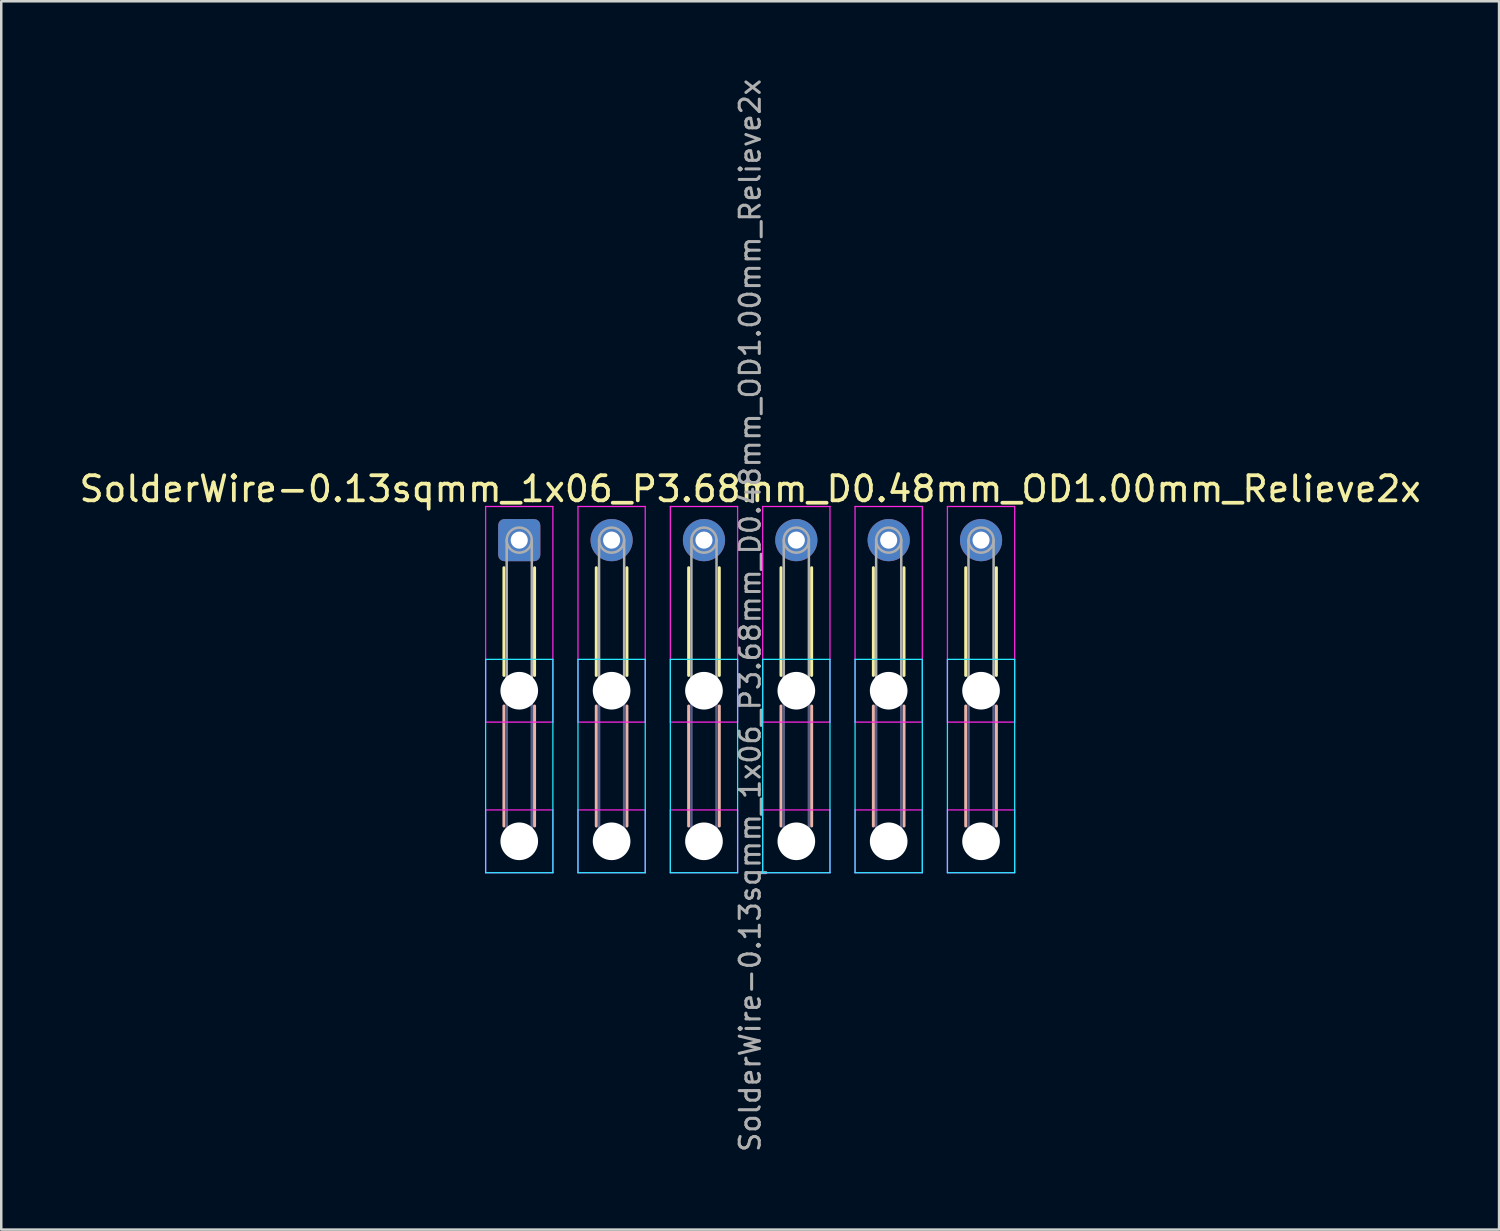
<source format=kicad_pcb>
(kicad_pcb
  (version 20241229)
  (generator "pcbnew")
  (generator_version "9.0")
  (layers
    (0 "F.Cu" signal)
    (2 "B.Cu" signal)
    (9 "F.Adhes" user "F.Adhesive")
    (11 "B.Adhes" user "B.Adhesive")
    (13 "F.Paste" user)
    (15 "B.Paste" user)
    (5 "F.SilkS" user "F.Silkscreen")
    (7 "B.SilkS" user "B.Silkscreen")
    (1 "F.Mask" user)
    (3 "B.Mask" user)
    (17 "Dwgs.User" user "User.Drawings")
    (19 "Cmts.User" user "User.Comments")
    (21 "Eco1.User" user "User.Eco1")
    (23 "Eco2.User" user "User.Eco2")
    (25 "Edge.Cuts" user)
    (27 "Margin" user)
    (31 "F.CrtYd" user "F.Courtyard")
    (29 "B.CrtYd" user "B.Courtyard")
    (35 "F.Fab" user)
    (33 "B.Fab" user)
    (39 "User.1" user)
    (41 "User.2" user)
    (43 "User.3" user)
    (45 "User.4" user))
  (footprint "SolderWire-0.13sqmm_1x06_P3.68mm_D0.48mm_OD1.00mm_Relieve2x"
    (layer "F.Cu")
    (at 17.639 18.471)
    (property "Reference" "SolderWire-0.13sqmm_1x06_P3.68mm_D0.48mm_OD1.00mm_Relieve2x" (at 9.2 -2.04 0) (layer "F.SilkS") (effects (font (size 1 1) (thickness 0.15))))
    (attr exclude_from_pos_files exclude_from_bom)
    (fp_line (start -0.61 1.1) (end -0.61 5.39) (stroke (width 0.12) (type solid)) (layer "F.SilkS"))
    (fp_line (start 0.61 1.1) (end 0.61 5.39) (stroke (width 0.12) (type solid)) (layer "F.SilkS"))
    (fp_line (start 3.07 1.1) (end 3.07 5.39) (stroke (width 0.12) (type solid)) (layer "F.SilkS"))
    (fp_line (start 4.29 1.1) (end 4.29 5.39) (stroke (width 0.12) (type solid)) (layer "F.SilkS"))
    (fp_line (start 6.75 1.1) (end 6.75 5.39) (stroke (width 0.12) (type solid)) (layer "F.SilkS"))
    (fp_line (start 7.97 1.1) (end 7.97 5.39) (stroke (width 0.12) (type solid)) (layer "F.SilkS"))
    (fp_line (start 10.43 1.1) (end 10.43 5.39) (stroke (width 0.12) (type solid)) (layer "F.SilkS"))
    (fp_line (start 11.65 1.1) (end 11.65 5.39) (stroke (width 0.12) (type solid)) (layer "F.SilkS"))
    (fp_line (start 14.11 1.1) (end 14.11 5.39) (stroke (width 0.12) (type solid)) (layer "F.SilkS"))
    (fp_line (start 15.33 1.1) (end 15.33 5.39) (stroke (width 0.12) (type solid)) (layer "F.SilkS"))
    (fp_line (start 17.79 1.1) (end 17.79 5.39) (stroke (width 0.12) (type solid)) (layer "F.SilkS"))
    (fp_line (start 19.01 1.1) (end 19.01 5.39) (stroke (width 0.12) (type solid)) (layer "F.SilkS"))
    (fp_line (start -0.61 6.61) (end -0.61 11.39) (stroke (width 0.12) (type solid)) (layer "B.SilkS"))
    (fp_line (start 0.61 6.61) (end 0.61 11.39) (stroke (width 0.12) (type solid)) (layer "B.SilkS"))
    (fp_line (start 3.07 6.61) (end 3.07 11.39) (stroke (width 0.12) (type solid)) (layer "B.SilkS"))
    (fp_line (start 4.29 6.61) (end 4.29 11.39) (stroke (width 0.12) (type solid)) (layer "B.SilkS"))
    (fp_line (start 6.75 6.61) (end 6.75 11.39) (stroke (width 0.12) (type solid)) (layer "B.SilkS"))
    (fp_line (start 7.97 6.61) (end 7.97 11.39) (stroke (width 0.12) (type solid)) (layer "B.SilkS"))
    (fp_line (start 10.43 6.61) (end 10.43 11.39) (stroke (width 0.12) (type solid)) (layer "B.SilkS"))
    (fp_line (start 11.65 6.61) (end 11.65 11.39) (stroke (width 0.12) (type solid)) (layer "B.SilkS"))
    (fp_line (start 14.11 6.61) (end 14.11 11.39) (stroke (width 0.12) (type solid)) (layer "B.SilkS"))
    (fp_line (start 15.33 6.61) (end 15.33 11.39) (stroke (width 0.12) (type solid)) (layer "B.SilkS"))
    (fp_line (start 17.79 6.61) (end 17.79 11.39) (stroke (width 0.12) (type solid)) (layer "B.SilkS"))
    (fp_line (start 19.01 6.61) (end 19.01 11.39) (stroke (width 0.12) (type solid)) (layer "B.SilkS"))
    (fp_line (start -1.34 4.75) (end -1.34 13.25) (stroke (width 0.05) (type solid)) (layer "B.CrtYd"))
    (fp_line (start -1.34 13.25) (end 1.34 13.25) (stroke (width 0.05) (type solid)) (layer "B.CrtYd"))
    (fp_line (start 1.34 4.75) (end -1.34 4.75) (stroke (width 0.05) (type solid)) (layer "B.CrtYd"))
    (fp_line (start 1.34 13.25) (end 1.34 4.75) (stroke (width 0.05) (type solid)) (layer "B.CrtYd"))
    (fp_line (start 2.34 4.75) (end 2.34 13.25) (stroke (width 0.05) (type solid)) (layer "B.CrtYd"))
    (fp_line (start 2.34 13.25) (end 5.02 13.25) (stroke (width 0.05) (type solid)) (layer "B.CrtYd"))
    (fp_line (start 5.02 4.75) (end 2.34 4.75) (stroke (width 0.05) (type solid)) (layer "B.CrtYd"))
    (fp_line (start 5.02 13.25) (end 5.02 4.75) (stroke (width 0.05) (type solid)) (layer "B.CrtYd"))
    (fp_line (start 6.02 4.75) (end 6.02 13.25) (stroke (width 0.05) (type solid)) (layer "B.CrtYd"))
    (fp_line (start 6.02 13.25) (end 8.7 13.25) (stroke (width 0.05) (type solid)) (layer "B.CrtYd"))
    (fp_line (start 8.7 4.75) (end 6.02 4.75) (stroke (width 0.05) (type solid)) (layer "B.CrtYd"))
    (fp_line (start 8.7 13.25) (end 8.7 4.75) (stroke (width 0.05) (type solid)) (layer "B.CrtYd"))
    (fp_line (start 9.7 4.75) (end 9.7 13.25) (stroke (width 0.05) (type solid)) (layer "B.CrtYd"))
    (fp_line (start 9.7 13.25) (end 12.38 13.25) (stroke (width 0.05) (type solid)) (layer "B.CrtYd"))
    (fp_line (start 12.38 4.75) (end 9.7 4.75) (stroke (width 0.05) (type solid)) (layer "B.CrtYd"))
    (fp_line (start 12.38 13.25) (end 12.38 4.75) (stroke (width 0.05) (type solid)) (layer "B.CrtYd"))
    (fp_line (start 13.38 4.75) (end 13.38 13.25) (stroke (width 0.05) (type solid)) (layer "B.CrtYd"))
    (fp_line (start 13.38 13.25) (end 16.06 13.25) (stroke (width 0.05) (type solid)) (layer "B.CrtYd"))
    (fp_line (start 16.06 4.75) (end 13.38 4.75) (stroke (width 0.05) (type solid)) (layer "B.CrtYd"))
    (fp_line (start 16.06 13.25) (end 16.06 4.75) (stroke (width 0.05) (type solid)) (layer "B.CrtYd"))
    (fp_line (start 17.06 4.75) (end 17.06 13.25) (stroke (width 0.05) (type solid)) (layer "B.CrtYd"))
    (fp_line (start 17.06 13.25) (end 19.74 13.25) (stroke (width 0.05) (type solid)) (layer "B.CrtYd"))
    (fp_line (start 19.74 4.75) (end 17.06 4.75) (stroke (width 0.05) (type solid)) (layer "B.CrtYd"))
    (fp_line (start 19.74 13.25) (end 19.74 4.75) (stroke (width 0.05) (type solid)) (layer "B.CrtYd"))
    (fp_line (start -1.34 -1.34) (end -1.34 7.25) (stroke (width 0.05) (type solid)) (layer "F.CrtYd"))
    (fp_line (start -1.34 7.25) (end 1.34 7.25) (stroke (width 0.05) (type solid)) (layer "F.CrtYd"))
    (fp_line (start -1.34 10.75) (end -1.34 13.25) (stroke (width 0.05) (type solid)) (layer "F.CrtYd"))
    (fp_line (start -1.34 13.25) (end 1.34 13.25) (stroke (width 0.05) (type solid)) (layer "F.CrtYd"))
    (fp_line (start 1.34 -1.34) (end -1.34 -1.34) (stroke (width 0.05) (type solid)) (layer "F.CrtYd"))
    (fp_line (start 1.34 7.25) (end 1.34 -1.34) (stroke (width 0.05) (type solid)) (layer "F.CrtYd"))
    (fp_line (start 1.34 10.75) (end -1.34 10.75) (stroke (width 0.05) (type solid)) (layer "F.CrtYd"))
    (fp_line (start 1.34 13.25) (end 1.34 10.75) (stroke (width 0.05) (type solid)) (layer "F.CrtYd"))
    (fp_line (start 2.34 -1.34) (end 2.34 7.25) (stroke (width 0.05) (type solid)) (layer "F.CrtYd"))
    (fp_line (start 2.34 7.25) (end 5.02 7.25) (stroke (width 0.05) (type solid)) (layer "F.CrtYd"))
    (fp_line (start 2.34 10.75) (end 2.34 13.25) (stroke (width 0.05) (type solid)) (layer "F.CrtYd"))
    (fp_line (start 2.34 13.25) (end 5.02 13.25) (stroke (width 0.05) (type solid)) (layer "F.CrtYd"))
    (fp_line (start 5.02 -1.34) (end 2.34 -1.34) (stroke (width 0.05) (type solid)) (layer "F.CrtYd"))
    (fp_line (start 5.02 7.25) (end 5.02 -1.34) (stroke (width 0.05) (type solid)) (layer "F.CrtYd"))
    (fp_line (start 5.02 10.75) (end 2.34 10.75) (stroke (width 0.05) (type solid)) (layer "F.CrtYd"))
    (fp_line (start 5.02 13.25) (end 5.02 10.75) (stroke (width 0.05) (type solid)) (layer "F.CrtYd"))
    (fp_line (start 6.02 -1.34) (end 6.02 7.25) (stroke (width 0.05) (type solid)) (layer "F.CrtYd"))
    (fp_line (start 6.02 7.25) (end 8.7 7.25) (stroke (width 0.05) (type solid)) (layer "F.CrtYd"))
    (fp_line (start 6.02 10.75) (end 6.02 13.25) (stroke (width 0.05) (type solid)) (layer "F.CrtYd"))
    (fp_line (start 6.02 13.25) (end 8.7 13.25) (stroke (width 0.05) (type solid)) (layer "F.CrtYd"))
    (fp_line (start 8.7 -1.34) (end 6.02 -1.34) (stroke (width 0.05) (type solid)) (layer "F.CrtYd"))
    (fp_line (start 8.7 7.25) (end 8.7 -1.34) (stroke (width 0.05) (type solid)) (layer "F.CrtYd"))
    (fp_line (start 8.7 10.75) (end 6.02 10.75) (stroke (width 0.05) (type solid)) (layer "F.CrtYd"))
    (fp_line (start 8.7 13.25) (end 8.7 10.75) (stroke (width 0.05) (type solid)) (layer "F.CrtYd"))
    (fp_line (start 9.7 -1.34) (end 9.7 7.25) (stroke (width 0.05) (type solid)) (layer "F.CrtYd"))
    (fp_line (start 9.7 7.25) (end 12.38 7.25) (stroke (width 0.05) (type solid)) (layer "F.CrtYd"))
    (fp_line (start 9.7 10.75) (end 9.7 13.25) (stroke (width 0.05) (type solid)) (layer "F.CrtYd"))
    (fp_line (start 9.7 13.25) (end 12.38 13.25) (stroke (width 0.05) (type solid)) (layer "F.CrtYd"))
    (fp_line (start 12.38 -1.34) (end 9.7 -1.34) (stroke (width 0.05) (type solid)) (layer "F.CrtYd"))
    (fp_line (start 12.38 7.25) (end 12.38 -1.34) (stroke (width 0.05) (type solid)) (layer "F.CrtYd"))
    (fp_line (start 12.38 10.75) (end 9.7 10.75) (stroke (width 0.05) (type solid)) (layer "F.CrtYd"))
    (fp_line (start 12.38 13.25) (end 12.38 10.75) (stroke (width 0.05) (type solid)) (layer "F.CrtYd"))
    (fp_line (start 13.38 -1.34) (end 13.38 7.25) (stroke (width 0.05) (type solid)) (layer "F.CrtYd"))
    (fp_line (start 13.38 7.25) (end 16.06 7.25) (stroke (width 0.05) (type solid)) (layer "F.CrtYd"))
    (fp_line (start 13.38 10.75) (end 13.38 13.25) (stroke (width 0.05) (type solid)) (layer "F.CrtYd"))
    (fp_line (start 13.38 13.25) (end 16.06 13.25) (stroke (width 0.05) (type solid)) (layer "F.CrtYd"))
    (fp_line (start 16.06 -1.34) (end 13.38 -1.34) (stroke (width 0.05) (type solid)) (layer "F.CrtYd"))
    (fp_line (start 16.06 7.25) (end 16.06 -1.34) (stroke (width 0.05) (type solid)) (layer "F.CrtYd"))
    (fp_line (start 16.06 10.75) (end 13.38 10.75) (stroke (width 0.05) (type solid)) (layer "F.CrtYd"))
    (fp_line (start 16.06 13.25) (end 16.06 10.75) (stroke (width 0.05) (type solid)) (layer "F.CrtYd"))
    (fp_line (start 17.06 -1.34) (end 17.06 7.25) (stroke (width 0.05) (type solid)) (layer "F.CrtYd"))
    (fp_line (start 17.06 7.25) (end 19.74 7.25) (stroke (width 0.05) (type solid)) (layer "F.CrtYd"))
    (fp_line (start 17.06 10.75) (end 17.06 13.25) (stroke (width 0.05) (type solid)) (layer "F.CrtYd"))
    (fp_line (start 17.06 13.25) (end 19.74 13.25) (stroke (width 0.05) (type solid)) (layer "F.CrtYd"))
    (fp_line (start 19.74 -1.34) (end 17.06 -1.34) (stroke (width 0.05) (type solid)) (layer "F.CrtYd"))
    (fp_line (start 19.74 7.25) (end 19.74 -1.34) (stroke (width 0.05) (type solid)) (layer "F.CrtYd"))
    (fp_line (start 19.74 10.75) (end 17.06 10.75) (stroke (width 0.05) (type solid)) (layer "F.CrtYd"))
    (fp_line (start 19.74 13.25) (end 19.74 10.75) (stroke (width 0.05) (type solid)) (layer "F.CrtYd"))
    (fp_line (start -0.5 6) (end -0.5 12) (stroke (width 0.1) (type solid)) (layer "B.Fab"))
    (fp_line (start 0.5 6) (end 0.5 12) (stroke (width 0.1) (type solid)) (layer "B.Fab"))
    (fp_line (start 3.18 6) (end 3.18 12) (stroke (width 0.1) (type solid)) (layer "B.Fab"))
    (fp_line (start 4.18 6) (end 4.18 12) (stroke (width 0.1) (type solid)) (layer "B.Fab"))
    (fp_line (start 6.86 6) (end 6.86 12) (stroke (width 0.1) (type solid)) (layer "B.Fab"))
    (fp_line (start 7.86 6) (end 7.86 12) (stroke (width 0.1) (type solid)) (layer "B.Fab"))
    (fp_line (start 10.54 6) (end 10.54 12) (stroke (width 0.1) (type solid)) (layer "B.Fab"))
    (fp_line (start 11.54 6) (end 11.54 12) (stroke (width 0.1) (type solid)) (layer "B.Fab"))
    (fp_line (start 14.22 6) (end 14.22 12) (stroke (width 0.1) (type solid)) (layer "B.Fab"))
    (fp_line (start 15.22 6) (end 15.22 12) (stroke (width 0.1) (type solid)) (layer "B.Fab"))
    (fp_line (start 17.9 6) (end 17.9 12) (stroke (width 0.1) (type solid)) (layer "B.Fab"))
    (fp_line (start 18.9 6) (end 18.9 12) (stroke (width 0.1) (type solid)) (layer "B.Fab"))
    (fp_circle (center 0 6) (end 0.5 6) (stroke (width 0.1) (type solid)) (fill no) (layer "B.Fab"))
    (fp_circle (center 0 12) (end 0.5 12) (stroke (width 0.1) (type solid)) (fill no) (layer "B.Fab"))
    (fp_circle (center 3.68 6) (end 4.18 6) (stroke (width 0.1) (type solid)) (fill no) (layer "B.Fab"))
    (fp_circle (center 3.68 12) (end 4.18 12) (stroke (width 0.1) (type solid)) (fill no) (layer "B.Fab"))
    (fp_circle (center 7.36 6) (end 7.86 6) (stroke (width 0.1) (type solid)) (fill no) (layer "B.Fab"))
    (fp_circle (center 7.36 12) (end 7.86 12) (stroke (width 0.1) (type solid)) (fill no) (layer "B.Fab"))
    (fp_circle (center 11.04 6) (end 11.54 6) (stroke (width 0.1) (type solid)) (fill no) (layer "B.Fab"))
    (fp_circle (center 11.04 12) (end 11.54 12) (stroke (width 0.1) (type solid)) (fill no) (layer "B.Fab"))
    (fp_circle (center 14.72 6) (end 15.22 6) (stroke (width 0.1) (type solid)) (fill no) (layer "B.Fab"))
    (fp_circle (center 14.72 12) (end 15.22 12) (stroke (width 0.1) (type solid)) (fill no) (layer "B.Fab"))
    (fp_circle (center 18.4 6) (end 18.9 6) (stroke (width 0.1) (type solid)) (fill no) (layer "B.Fab"))
    (fp_circle (center 18.4 12) (end 18.9 12) (stroke (width 0.1) (type solid)) (fill no) (layer "B.Fab"))
    (fp_line (start -0.5 0) (end -0.5 6) (stroke (width 0.1) (type solid)) (layer "F.Fab"))
    (fp_line (start 0.5 0) (end 0.5 6) (stroke (width 0.1) (type solid)) (layer "F.Fab"))
    (fp_line (start 3.18 0) (end 3.18 6) (stroke (width 0.1) (type solid)) (layer "F.Fab"))
    (fp_line (start 4.18 0) (end 4.18 6) (stroke (width 0.1) (type solid)) (layer "F.Fab"))
    (fp_line (start 6.86 0) (end 6.86 6) (stroke (width 0.1) (type solid)) (layer "F.Fab"))
    (fp_line (start 7.86 0) (end 7.86 6) (stroke (width 0.1) (type solid)) (layer "F.Fab"))
    (fp_line (start 10.54 0) (end 10.54 6) (stroke (width 0.1) (type solid)) (layer "F.Fab"))
    (fp_line (start 11.54 0) (end 11.54 6) (stroke (width 0.1) (type solid)) (layer "F.Fab"))
    (fp_line (start 14.22 0) (end 14.22 6) (stroke (width 0.1) (type solid)) (layer "F.Fab"))
    (fp_line (start 15.22 0) (end 15.22 6) (stroke (width 0.1) (type solid)) (layer "F.Fab"))
    (fp_line (start 17.9 0) (end 17.9 6) (stroke (width 0.1) (type solid)) (layer "F.Fab"))
    (fp_line (start 18.9 0) (end 18.9 6) (stroke (width 0.1) (type solid)) (layer "F.Fab"))
    (fp_circle (center 0 0) (end 0.5 0) (stroke (width 0.1) (type solid)) (fill no) (layer "F.Fab"))
    (fp_circle (center 0 6) (end 0.5 6) (stroke (width 0.1) (type solid)) (fill no) (layer "F.Fab"))
    (fp_circle (center 0 12) (end 0.5 12) (stroke (width 0.1) (type solid)) (fill no) (layer "F.Fab"))
    (fp_circle (center 3.68 0) (end 4.18 0) (stroke (width 0.1) (type solid)) (fill no) (layer "F.Fab"))
    (fp_circle (center 3.68 6) (end 4.18 6) (stroke (width 0.1) (type solid)) (fill no) (layer "F.Fab"))
    (fp_circle (center 3.68 12) (end 4.18 12) (stroke (width 0.1) (type solid)) (fill no) (layer "F.Fab"))
    (fp_circle (center 7.36 0) (end 7.86 0) (stroke (width 0.1) (type solid)) (fill no) (layer "F.Fab"))
    (fp_circle (center 7.36 6) (end 7.86 6) (stroke (width 0.1) (type solid)) (fill no) (layer "F.Fab"))
    (fp_circle (center 7.36 12) (end 7.86 12) (stroke (width 0.1) (type solid)) (fill no) (layer "F.Fab"))
    (fp_circle (center 11.04 0) (end 11.54 0) (stroke (width 0.1) (type solid)) (fill no) (layer "F.Fab"))
    (fp_circle (center 11.04 6) (end 11.54 6) (stroke (width 0.1) (type solid)) (fill no) (layer "F.Fab"))
    (fp_circle (center 11.04 12) (end 11.54 12) (stroke (width 0.1) (type solid)) (fill no) (layer "F.Fab"))
    (fp_circle (center 14.72 0) (end 15.22 0) (stroke (width 0.1) (type solid)) (fill no) (layer "F.Fab"))
    (fp_circle (center 14.72 6) (end 15.22 6) (stroke (width 0.1) (type solid)) (fill no) (layer "F.Fab"))
    (fp_circle (center 14.72 12) (end 15.22 12) (stroke (width 0.1) (type solid)) (fill no) (layer "F.Fab"))
    (fp_circle (center 18.4 0) (end 18.9 0) (stroke (width 0.1) (type solid)) (fill no) (layer "F.Fab"))
    (fp_circle (center 18.4 6) (end 18.9 6) (stroke (width 0.1) (type solid)) (fill no) (layer "F.Fab"))
    (fp_circle (center 18.4 12) (end 18.9 12) (stroke (width 0.1) (type solid)) (fill no) (layer "F.Fab"))
    (fp_text user "${REFERENCE}" (at 9.2 3 90) (layer "F.Fab") (effects (font (size 0.8 0.8) (thickness 0.12))))
    (pad "" np_thru_hole circle (at 0 6) (size 1.5 1.5) (drill 1.5) (layers "*.Cu" "*.Mask"))
    (pad "" np_thru_hole circle (at 0 12) (size 1.5 1.5) (drill 1.5) (layers "*.Cu" "*.Mask"))
    (pad "" np_thru_hole circle (at 3.68 6) (size 1.5 1.5) (drill 1.5) (layers "*.Cu" "*.Mask"))
    (pad "" np_thru_hole circle (at 3.68 12) (size 1.5 1.5) (drill 1.5) (layers "*.Cu" "*.Mask"))
    (pad "" np_thru_hole circle (at 7.36 6) (size 1.5 1.5) (drill 1.5) (layers "*.Cu" "*.Mask"))
    (pad "" np_thru_hole circle (at 7.36 12) (size 1.5 1.5) (drill 1.5) (layers "*.Cu" "*.Mask"))
    (pad "" np_thru_hole circle (at 11.04 6) (size 1.5 1.5) (drill 1.5) (layers "*.Cu" "*.Mask"))
    (pad "" np_thru_hole circle (at 11.04 12) (size 1.5 1.5) (drill 1.5) (layers "*.Cu" "*.Mask"))
    (pad "" np_thru_hole circle (at 14.72 6) (size 1.5 1.5) (drill 1.5) (layers "*.Cu" "*.Mask"))
    (pad "" np_thru_hole circle (at 14.72 12) (size 1.5 1.5) (drill 1.5) (layers "*.Cu" "*.Mask"))
    (pad "" np_thru_hole circle (at 18.4 6) (size 1.5 1.5) (drill 1.5) (layers "*.Cu" "*.Mask"))
    (pad "" np_thru_hole circle (at 18.4 12) (size 1.5 1.5) (drill 1.5) (layers "*.Cu" "*.Mask"))
    (pad "1" thru_hole roundrect (at 0 0) (size 1.68 1.68) (drill 0.68) (layers "*.Cu" "*.Mask") (roundrect_rratio 0.149))
    (pad "2" thru_hole circle (at 3.68 0) (size 1.68 1.68) (drill 0.68) (layers "*.Cu" "*.Mask"))
    (pad "3" thru_hole circle (at 7.36 0) (size 1.68 1.68) (drill 0.68) (layers "*.Cu" "*.Mask"))
    (pad "4" thru_hole circle (at 11.04 0) (size 1.68 1.68) (drill 0.68) (layers "*.Cu" "*.Mask"))
    (pad "5" thru_hole circle (at 14.72 0) (size 1.68 1.68) (drill 0.68) (layers "*.Cu" "*.Mask"))
    (pad "6" thru_hole circle (at 18.4 0) (size 1.68 1.68) (drill 0.68) (layers "*.Cu" "*.Mask")))
  (gr_rect
    (start -3 -3)
    (end 56.679 45.943)
    (stroke (width 0.1) (type default))
    (fill no)
    (layer "Edge.Cuts")))
</source>
